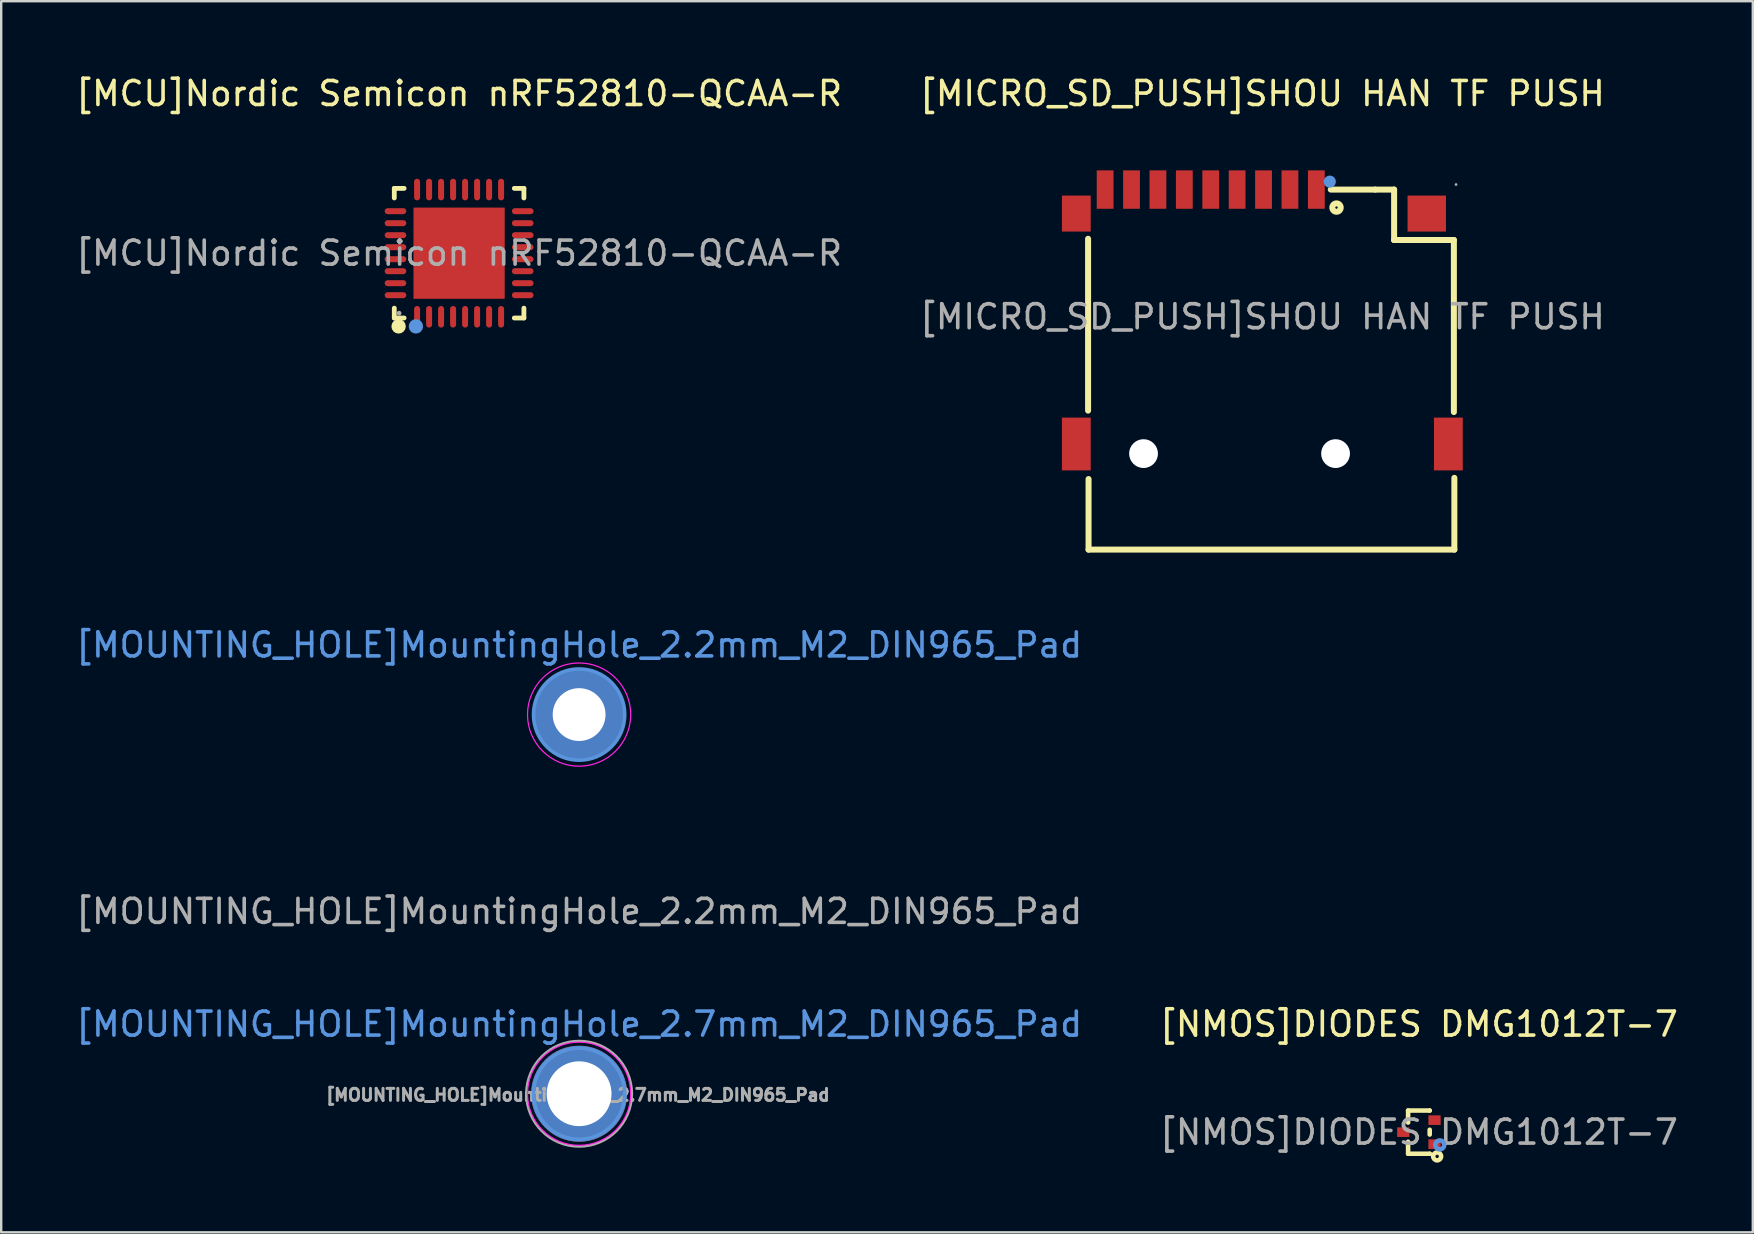
<source format=kicad_pcb>
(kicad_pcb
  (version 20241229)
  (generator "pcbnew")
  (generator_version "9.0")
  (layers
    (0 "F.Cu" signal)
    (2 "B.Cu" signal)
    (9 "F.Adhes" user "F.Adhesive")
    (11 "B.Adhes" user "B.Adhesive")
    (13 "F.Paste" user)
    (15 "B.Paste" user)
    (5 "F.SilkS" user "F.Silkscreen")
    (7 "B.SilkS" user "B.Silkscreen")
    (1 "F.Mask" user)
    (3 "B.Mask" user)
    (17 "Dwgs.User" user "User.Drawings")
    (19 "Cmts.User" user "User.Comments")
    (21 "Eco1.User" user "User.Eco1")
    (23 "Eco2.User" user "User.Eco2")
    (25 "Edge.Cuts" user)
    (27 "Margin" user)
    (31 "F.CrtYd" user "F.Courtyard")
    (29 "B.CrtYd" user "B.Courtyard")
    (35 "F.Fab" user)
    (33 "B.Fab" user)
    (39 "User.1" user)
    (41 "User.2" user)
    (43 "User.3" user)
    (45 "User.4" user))
  (footprint "[MOUNTING_HOLE]MountingHole_2.7mm_M2_DIN965_Pad"
    (layer "F.Cu")
    (at 21.077 42.518)
    (property "Reference" "[MOUNTING_HOLE]MountingHole_2.7mm_M2_DIN965_Pad" (at 0 -2.9 0) (layer "Cmts.User") (effects (font (size 1 1) (thickness 0.15))))
    (attr exclude_from_pos_files exclude_from_bom)
    (fp_circle (center 0 0) (end 1.9 0) (stroke (width 0.15) (type solid)) (fill no) (layer "Cmts.User"))
    (fp_circle (center 0 0) (end 2.15 0) (stroke (width 0.05) (type solid)) (fill no) (layer "F.CrtYd"))
    (fp_circle (center 0 0) (end 2.2 0) (stroke (width 0.1) (type default)) (fill no) (layer "F.Fab"))
    (fp_text user "${REFERENCE}" (at -0.051 0.051 0) (layer "F.Fab") (effects (font (size 0.5 0.5) (thickness 0.125))))
    (pad "1" thru_hole circle (at 0 0) (size 4 4) (drill 2.7) (layers "*.Cu" "*.Mask")))
  (footprint "[MCU]Nordic Semicon nRF52810-QCAA-R"
    (layer "F.Cu")
    (at 16.077 7.498)
    (property "Reference" "[MCU]Nordic Semicon nRF52810-QCAA-R" (at 0 -6.65 0) (layer "F.SilkS") (effects (font (size 1 1) (thickness 0.15))))
    (attr smd)
    (fp_line (start -2.7 -2.7) (end -2.29 -2.7) (stroke (width 0.2) (type solid)) (layer "F.SilkS"))
    (fp_line (start -2.7 -2.3) (end -2.7 -2.7) (stroke (width 0.2) (type solid)) (layer "F.SilkS"))
    (fp_line (start -2.7 2.7) (end -2.7 2.29) (stroke (width 0.2) (type solid)) (layer "F.SilkS"))
    (fp_line (start -2.29 2.7) (end -2.7 2.7) (stroke (width 0.2) (type solid)) (layer "F.SilkS"))
    (fp_line (start 2.3 2.7) (end 2.7 2.7) (stroke (width 0.2) (type solid)) (layer "F.SilkS"))
    (fp_line (start 2.7 -2.7) (end 2.3 -2.7) (stroke (width 0.2) (type solid)) (layer "F.SilkS"))
    (fp_line (start 2.7 -2.3) (end 2.7 -2.7) (stroke (width 0.2) (type solid)) (layer "F.SilkS"))
    (fp_line (start 2.7 2.7) (end 2.7 2.29) (stroke (width 0.2) (type solid)) (layer "F.SilkS"))
    (fp_arc (start -2.52 3.05) (mid -2.52 3.05) (end -2.52 3.05) (stroke (width 0.3) (type solid)) (layer "F.SilkS"))
    (fp_circle (center -1.8 3.05) (end -1.65 3.05) (stroke (width 0.3) (type solid)) (fill no) (layer "Cmts.User"))
    (fp_circle (center -2.5 2.5) (end -2.45 2.5) (stroke (width 0.1) (type solid)) (fill no) (layer "F.Fab"))
    (fp_text user "${REFERENCE}" (at 0 0 0) (layer "F.Fab") (effects (font (size 1 1) (thickness 0.15))))
    (pad "1" smd oval (at -1.75 2.65) (size 0.25 0.9) (layers "F.Cu" "F.Mask" "F.Paste"))
    (pad "2" smd oval (at -1.25 2.65) (size 0.25 0.9) (layers "F.Cu" "F.Mask" "F.Paste"))
    (pad "3" smd oval (at -0.75 2.65) (size 0.25 0.9) (layers "F.Cu" "F.Mask" "F.Paste"))
    (pad "4" smd oval (at -0.25 2.65) (size 0.25 0.9) (layers "F.Cu" "F.Mask" "F.Paste"))
    (pad "5" smd oval (at 0.25 2.65) (size 0.25 0.9) (layers "F.Cu" "F.Mask" "F.Paste"))
    (pad "6" smd oval (at 0.75 2.65) (size 0.25 0.9) (layers "F.Cu" "F.Mask" "F.Paste"))
    (pad "7" smd oval (at 1.25 2.65) (size 0.25 0.9) (layers "F.Cu" "F.Mask" "F.Paste"))
    (pad "8" smd oval (at 1.75 2.65) (size 0.25 0.9) (layers "F.Cu" "F.Mask" "F.Paste"))
    (pad "9" smd oval (at 2.65 1.75) (size 0.9 0.25) (layers "F.Cu" "F.Mask" "F.Paste"))
    (pad "10" smd oval (at 2.65 1.25) (size 0.9 0.25) (layers "F.Cu" "F.Mask" "F.Paste"))
    (pad "11" smd oval (at 2.65 0.75) (size 0.9 0.25) (layers "F.Cu" "F.Mask" "F.Paste"))
    (pad "12" smd oval (at 2.65 0.25) (size 0.9 0.25) (layers "F.Cu" "F.Mask" "F.Paste"))
    (pad "13" smd oval (at 2.65 -0.25) (size 0.9 0.25) (layers "F.Cu" "F.Mask" "F.Paste"))
    (pad "14" smd oval (at 2.65 -0.75) (size 0.9 0.25) (layers "F.Cu" "F.Mask" "F.Paste"))
    (pad "15" smd oval (at 2.65 -1.25) (size 0.9 0.25) (layers "F.Cu" "F.Mask" "F.Paste"))
    (pad "16" smd oval (at 2.65 -1.75) (size 0.9 0.25) (layers "F.Cu" "F.Mask" "F.Paste"))
    (pad "17" smd oval (at 1.75 -2.65) (size 0.25 0.9) (layers "F.Cu" "F.Mask" "F.Paste"))
    (pad "18" smd oval (at 1.25 -2.65) (size 0.25 0.9) (layers "F.Cu" "F.Mask" "F.Paste"))
    (pad "19" smd oval (at 0.75 -2.65) (size 0.25 0.9) (layers "F.Cu" "F.Mask" "F.Paste"))
    (pad "20" smd oval (at 0.25 -2.65) (size 0.25 0.9) (layers "F.Cu" "F.Mask" "F.Paste"))
    (pad "21" smd oval (at -0.25 -2.65) (size 0.25 0.9) (layers "F.Cu" "F.Mask" "F.Paste"))
    (pad "22" smd oval (at -0.75 -2.65) (size 0.25 0.9) (layers "F.Cu" "F.Mask" "F.Paste"))
    (pad "23" smd oval (at -1.25 -2.65) (size 0.25 0.9) (layers "F.Cu" "F.Mask" "F.Paste"))
    (pad "24" smd oval (at -1.75 -2.65) (size 0.25 0.9) (layers "F.Cu" "F.Mask" "F.Paste"))
    (pad "25" smd oval (at -2.65 -1.75) (size 0.9 0.25) (layers "F.Cu" "F.Mask" "F.Paste"))
    (pad "26" smd oval (at -2.65 -1.25) (size 0.9 0.25) (layers "F.Cu" "F.Mask" "F.Paste"))
    (pad "27" smd oval (at -2.65 -0.75) (size 0.9 0.25) (layers "F.Cu" "F.Mask" "F.Paste"))
    (pad "28" smd oval (at -2.65 -0.25) (size 0.9 0.25) (layers "F.Cu" "F.Mask" "F.Paste"))
    (pad "29" smd oval (at -2.65 0.25) (size 0.9 0.25) (layers "F.Cu" "F.Mask" "F.Paste"))
    (pad "30" smd oval (at -2.65 0.75) (size 0.9 0.25) (layers "F.Cu" "F.Mask" "F.Paste"))
    (pad "31" smd oval (at -2.65 1.25) (size 0.9 0.25) (layers "F.Cu" "F.Mask" "F.Paste"))
    (pad "32" smd oval (at -2.65 1.75) (size 0.9 0.25) (layers "F.Cu" "F.Mask" "F.Paste"))
    (pad "33" smd rect (at 0 0) (size 3.8 3.8) (layers "F.Cu" "F.Mask" "F.Paste")))
  (footprint "[MICRO_SD_PUSH]SHOU HAN TF PUSH"
    (layer "F.Cu")
    (at 49.542 10.148)
    (property "Reference" "[MICRO_SD_PUSH]SHOU HAN TF PUSH" (at 0 -9.3 0) (layer "F.SilkS") (effects (font (size 1 1) (thickness 0.15))))
    (attr smd)
    (fp_line (start -7.26 -3.25) (end -7.26 3.91) (stroke (width 0.25) (type solid)) (layer "F.SilkS"))
    (fp_line (start -7.24 9.7) (end -7.24 6.76) (stroke (width 0.25) (type solid)) (layer "F.SilkS"))
    (fp_line (start -7.24 9.7) (end 8 9.7) (stroke (width 0.25) (type solid)) (layer "F.SilkS"))
    (fp_line (start 4.7 -5.3) (end 2.85 -5.3) (stroke (width 0.25) (type solid)) (layer "F.SilkS"))
    (fp_line (start 4.7 -5.3) (end 5.49 -5.3) (stroke (width 0.25) (type solid)) (layer "F.SilkS"))
    (fp_line (start 5.49 -5.3) (end 5.49 -3.2) (stroke (width 0.25) (type solid)) (layer "F.SilkS"))
    (fp_line (start 5.49 -3.2) (end 5.5 -3.2) (stroke (width 0.25) (type solid)) (layer "F.SilkS"))
    (fp_line (start 7.98 -3.2) (end 5.49 -3.2) (stroke (width 0.25) (type solid)) (layer "F.SilkS"))
    (fp_line (start 7.98 3.97) (end 7.98 -3.2) (stroke (width 0.25) (type solid)) (layer "F.SilkS"))
    (fp_line (start 8 9.7) (end 8 6.71) (stroke (width 0.25) (type solid)) (layer "F.SilkS"))
    (fp_circle (center 3.09 -4.55) (end 3.14 -4.55) (stroke (width 0.25) (type solid)) (fill no) (layer "F.SilkS"))
    (fp_circle (center -4.95 5.7) (end -4.75 5.7) (stroke (width 0.4) (type solid)) (fill no) (layer "Cmts.User"))
    (fp_circle (center 2.81 -5.63) (end 2.94 -5.63) (stroke (width 0.25) (type solid)) (fill no) (layer "Cmts.User"))
    (fp_circle (center 3.05 5.7) (end 3.25 5.7) (stroke (width 0.4) (type solid)) (fill no) (layer "Cmts.User"))
    (fp_circle (center 8.07 -5.51) (end 8.1 -5.51) (stroke (width 0.06) (type solid)) (fill no) (layer "F.Fab"))
    (fp_text user "${REFERENCE}" (at 0 0 0) (layer "F.Fab") (effects (font (size 1 1) (thickness 0.15))))
    (pad "" np_thru_hole circle (at -4.95 5.7) (size 1.2 1.2) (drill 1.2) (layers "*.Cu" "*.Mask"))
    (pad "" np_thru_hole circle (at 3.05 5.7) (size 1.2 1.2) (drill 1.2) (layers "*.Cu" "*.Mask"))
    (pad "1" smd rect (at 2.25 -5.3) (size 0.7 1.6) (layers "F.Cu" "F.Mask" "F.Paste"))
    (pad "2" smd rect (at 1.15 -5.3) (size 0.7 1.6) (layers "F.Cu" "F.Mask" "F.Paste"))
    (pad "3" smd rect (at 0.05 -5.3) (size 0.7 1.6) (layers "F.Cu" "F.Mask" "F.Paste"))
    (pad "4" smd rect (at -1.05 -5.3) (size 0.7 1.6) (layers "F.Cu" "F.Mask" "F.Paste"))
    (pad "5" smd rect (at -2.15 -5.3) (size 0.7 1.6) (layers "F.Cu" "F.Mask" "F.Paste"))
    (pad "6" smd rect (at -3.25 -5.3) (size 0.7 1.6) (layers "F.Cu" "F.Mask" "F.Paste"))
    (pad "7" smd rect (at -4.35 -5.3) (size 0.7 1.6) (layers "F.Cu" "F.Mask" "F.Paste"))
    (pad "8" smd rect (at -5.45 -5.3) (size 0.7 1.6) (layers "F.Cu" "F.Mask" "F.Paste"))
    (pad "10" smd rect (at -7.75 -4.3) (size 1.2 1.5) (layers "F.Cu" "F.Mask" "F.Paste"))
    (pad "11" smd rect (at -7.75 5.3) (size 1.2 2.2) (layers "F.Cu" "F.Mask" "F.Paste"))
    (pad "12" smd rect (at 7.75 5.3) (size 1.2 2.2) (layers "F.Cu" "F.Mask" "F.Paste"))
    (pad "13" smd rect (at 6.85 -4.3) (size 1.6 1.5) (layers "F.Cu" "F.Mask" "F.Paste"))
    (pad "CD" smd rect (at -6.55 -5.3) (size 0.7 1.6) (layers "F.Cu" "F.Mask" "F.Paste")))
  (footprint "[MOUNTING_HOLE]MountingHole_2.2mm_M2_DIN965_Pad"
    (layer "F.Cu")
    (at 21.077 26.721)
    (property "Reference" "[MOUNTING_HOLE]MountingHole_2.2mm_M2_DIN965_Pad" (at 0 -2.9 0) (layer "Cmts.User") (effects (font (size 1 1) (thickness 0.15))))
    (attr exclude_from_pos_files exclude_from_bom)
    (fp_circle (center 0 0) (end 1.9 0) (stroke (width 0.15) (type solid)) (fill no) (layer "Cmts.User"))
    (fp_circle (center 0 0) (end 2.15 0) (stroke (width 0.05) (type solid)) (fill no) (layer "F.CrtYd"))
    (fp_text user "${REFERENCE}" (at 0 8.2 0) (layer "F.Fab") (effects (font (size 1 1) (thickness 0.15))))
    (pad "1" thru_hole circle (at 0 0) (size 3.8 3.8) (drill 2.2) (layers "*.Cu" "*.Mask")))
  (footprint "[NMOS]DIODES DMG1012T-7"
    (layer "F.Cu")
    (at 56.065 44.118)
    (property "Reference" "[NMOS]DIODES DMG1012T-7" (at 0 -4.5 0) (layer "F.SilkS") (effects (font (size 1 1) (thickness 0.15))))
    (attr smd)
    (fp_line (start -0.45 -0.9) (end 0.45 -0.9) (stroke (width 0.19) (type solid)) (layer "F.SilkS"))
    (fp_line (start -0.45 -0.4) (end -0.45 -0.9) (stroke (width 0.19) (type solid)) (layer "F.SilkS"))
    (fp_line (start -0.45 0.9) (end -0.45 0.4) (stroke (width 0.19) (type solid)) (layer "F.SilkS"))
    (fp_line (start -0.45 0.9) (end 0.45 0.9) (stroke (width 0.19) (type solid)) (layer "F.SilkS"))
    (fp_line (start 0.45 -0.9) (end 0.45 -0.9) (stroke (width 0.19) (type solid)) (layer "F.SilkS"))
    (fp_line (start 0.45 0.1) (end 0.45 -0.1) (stroke (width 0.19) (type solid)) (layer "F.SilkS"))
    (fp_line (start 0.45 0.9) (end 0.45 0.9) (stroke (width 0.19) (type solid)) (layer "F.SilkS"))
    (fp_circle (center 0.76 1.01) (end 0.83 1.01) (stroke (width 0.19) (type solid)) (fill no) (layer "F.SilkS"))
    (fp_circle (center 0.87 0.53) (end 0.96 0.53) (stroke (width 0.19) (type solid)) (fill no) (layer "Cmts.User"))
    (fp_circle (center 0.8 0.8) (end 0.81 0.8) (stroke (width 0.02) (type solid)) (fill no) (layer "F.Fab"))
    (fp_text user "${REFERENCE}" (at 0 0 0) (layer "F.Fab") (effects (font (size 1 1) (thickness 0.15))))
    (pad "1" smd rect (at 0.65 0.5 90) (size 0.4 0.51) (layers "F.Cu" "F.Mask" "F.Paste"))
    (pad "2" smd rect (at 0.65 -0.5 90) (size 0.4 0.51) (layers "F.Cu" "F.Mask" "F.Paste"))
    (pad "3" smd rect (at -0.65 0 90) (size 0.4 0.51) (layers "F.Cu" "F.Mask" "F.Paste")))
  (gr_rect
    (start -3 -3)
    (end 69.976 48.293)
    (stroke (width 0.1) (type default))
    (fill no)
    (layer "Edge.Cuts")))
</source>
